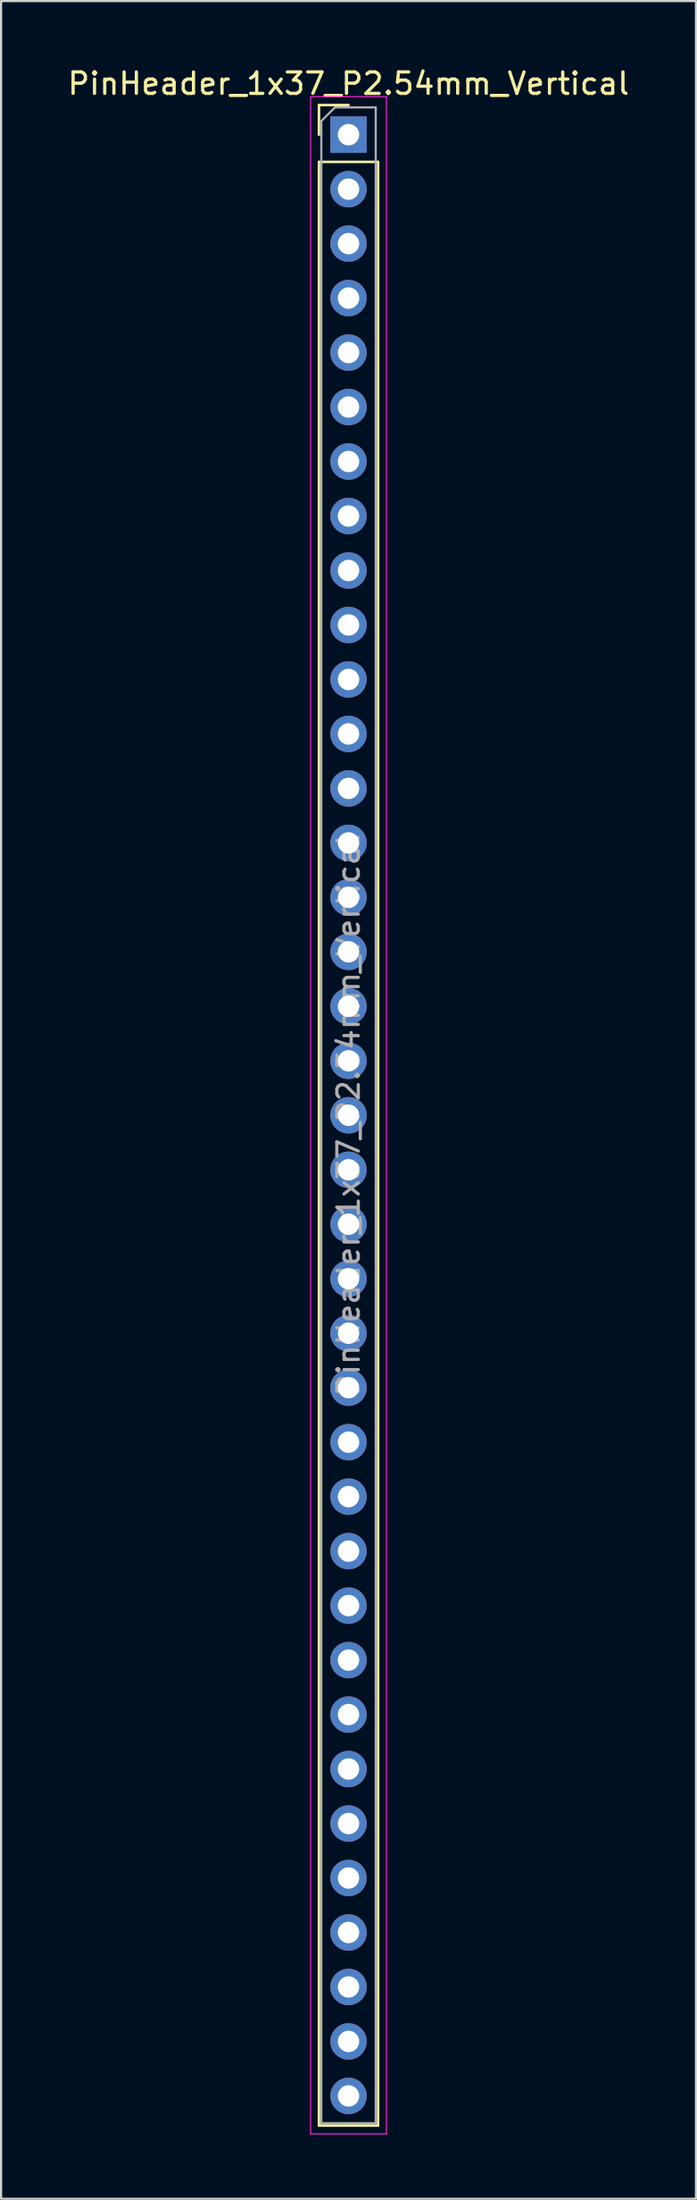
<source format=kicad_pcb>
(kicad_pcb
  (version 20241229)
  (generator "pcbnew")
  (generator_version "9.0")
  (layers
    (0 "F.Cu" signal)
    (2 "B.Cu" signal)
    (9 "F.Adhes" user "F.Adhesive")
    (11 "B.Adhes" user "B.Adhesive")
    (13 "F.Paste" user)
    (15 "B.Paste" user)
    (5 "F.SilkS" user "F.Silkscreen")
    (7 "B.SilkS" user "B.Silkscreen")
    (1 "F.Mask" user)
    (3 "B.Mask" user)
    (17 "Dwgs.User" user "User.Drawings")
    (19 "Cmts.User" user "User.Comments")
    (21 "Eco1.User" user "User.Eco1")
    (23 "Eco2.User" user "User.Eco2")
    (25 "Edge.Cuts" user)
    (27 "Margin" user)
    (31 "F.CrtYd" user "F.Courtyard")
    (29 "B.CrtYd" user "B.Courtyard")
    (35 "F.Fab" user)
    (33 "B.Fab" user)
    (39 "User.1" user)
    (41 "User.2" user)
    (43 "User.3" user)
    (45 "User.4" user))
  (footprint "PinHeader_1x37_P2.54mm_Vertical"
    (layer "F.Cu")
    (at 13.22 3.228)
    (property "Reference" "PinHeader_1x37_P2.54mm_Vertical" (at 0 -2.38 0) (layer "F.SilkS") (effects (font (size 1 1) (thickness 0.15))))
    (attr through_hole)
    (fp_line (start -1.38 -1.38) (end 0 -1.38) (stroke (width 0.12) (type solid)) (layer "F.SilkS"))
    (fp_line (start -1.38 0) (end -1.38 -1.38) (stroke (width 0.12) (type solid)) (layer "F.SilkS"))
    (fp_line (start -1.38 1.27) (end -1.38 92.82) (stroke (width 0.12) (type solid)) (layer "F.SilkS"))
    (fp_line (start -1.38 1.27) (end 1.38 1.27) (stroke (width 0.12) (type solid)) (layer "F.SilkS"))
    (fp_line (start -1.38 92.82) (end 1.38 92.82) (stroke (width 0.12) (type solid)) (layer "F.SilkS"))
    (fp_line (start 1.38 1.27) (end 1.38 92.82) (stroke (width 0.12) (type solid)) (layer "F.SilkS"))
    (fp_line (start -1.77 -1.77) (end -1.77 93.21) (stroke (width 0.05) (type solid)) (layer "F.CrtYd"))
    (fp_line (start -1.77 93.21) (end 1.77 93.21) (stroke (width 0.05) (type solid)) (layer "F.CrtYd"))
    (fp_line (start 1.77 -1.77) (end -1.77 -1.77) (stroke (width 0.05) (type solid)) (layer "F.CrtYd"))
    (fp_line (start 1.77 93.21) (end 1.77 -1.77) (stroke (width 0.05) (type solid)) (layer "F.CrtYd"))
    (fp_line (start -1.27 -0.635) (end -0.635 -1.27) (stroke (width 0.1) (type solid)) (layer "F.Fab"))
    (fp_line (start -1.27 92.71) (end -1.27 -0.635) (stroke (width 0.1) (type solid)) (layer "F.Fab"))
    (fp_line (start -0.635 -1.27) (end 1.27 -1.27) (stroke (width 0.1) (type solid)) (layer "F.Fab"))
    (fp_line (start 1.27 -1.27) (end 1.27 92.71) (stroke (width 0.1) (type solid)) (layer "F.Fab"))
    (fp_line (start 1.27 92.71) (end -1.27 92.71) (stroke (width 0.1) (type solid)) (layer "F.Fab"))
    (fp_text user "${REFERENCE}" (at 0 45.72 90) (layer "F.Fab") (effects (font (size 1 1) (thickness 0.15))))
    (pad "1" thru_hole rect (at 0 0) (size 1.7 1.7) (drill 1) (layers "*.Cu" "*.Mask"))
    (pad "2" thru_hole circle (at 0 2.54) (size 1.7 1.7) (drill 1) (layers "*.Cu" "*.Mask"))
    (pad "3" thru_hole circle (at 0 5.08) (size 1.7 1.7) (drill 1) (layers "*.Cu" "*.Mask"))
    (pad "4" thru_hole circle (at 0 7.62) (size 1.7 1.7) (drill 1) (layers "*.Cu" "*.Mask"))
    (pad "5" thru_hole circle (at 0 10.16) (size 1.7 1.7) (drill 1) (layers "*.Cu" "*.Mask"))
    (pad "6" thru_hole circle (at 0 12.7) (size 1.7 1.7) (drill 1) (layers "*.Cu" "*.Mask"))
    (pad "7" thru_hole circle (at 0 15.24) (size 1.7 1.7) (drill 1) (layers "*.Cu" "*.Mask"))
    (pad "8" thru_hole circle (at 0 17.78) (size 1.7 1.7) (drill 1) (layers "*.Cu" "*.Mask"))
    (pad "9" thru_hole circle (at 0 20.32) (size 1.7 1.7) (drill 1) (layers "*.Cu" "*.Mask"))
    (pad "10" thru_hole circle (at 0 22.86) (size 1.7 1.7) (drill 1) (layers "*.Cu" "*.Mask"))
    (pad "11" thru_hole circle (at 0 25.4) (size 1.7 1.7) (drill 1) (layers "*.Cu" "*.Mask"))
    (pad "12" thru_hole circle (at 0 27.94) (size 1.7 1.7) (drill 1) (layers "*.Cu" "*.Mask"))
    (pad "13" thru_hole circle (at 0 30.48) (size 1.7 1.7) (drill 1) (layers "*.Cu" "*.Mask"))
    (pad "14" thru_hole circle (at 0 33.02) (size 1.7 1.7) (drill 1) (layers "*.Cu" "*.Mask"))
    (pad "15" thru_hole circle (at 0 35.56) (size 1.7 1.7) (drill 1) (layers "*.Cu" "*.Mask"))
    (pad "16" thru_hole circle (at 0 38.1) (size 1.7 1.7) (drill 1) (layers "*.Cu" "*.Mask"))
    (pad "17" thru_hole circle (at 0 40.64) (size 1.7 1.7) (drill 1) (layers "*.Cu" "*.Mask"))
    (pad "18" thru_hole circle (at 0 43.18) (size 1.7 1.7) (drill 1) (layers "*.Cu" "*.Mask"))
    (pad "19" thru_hole circle (at 0 45.72) (size 1.7 1.7) (drill 1) (layers "*.Cu" "*.Mask"))
    (pad "20" thru_hole circle (at 0 48.26) (size 1.7 1.7) (drill 1) (layers "*.Cu" "*.Mask"))
    (pad "21" thru_hole circle (at 0 50.8) (size 1.7 1.7) (drill 1) (layers "*.Cu" "*.Mask"))
    (pad "22" thru_hole circle (at 0 53.34) (size 1.7 1.7) (drill 1) (layers "*.Cu" "*.Mask"))
    (pad "23" thru_hole circle (at 0 55.88) (size 1.7 1.7) (drill 1) (layers "*.Cu" "*.Mask"))
    (pad "24" thru_hole circle (at 0 58.42) (size 1.7 1.7) (drill 1) (layers "*.Cu" "*.Mask"))
    (pad "25" thru_hole circle (at 0 60.96) (size 1.7 1.7) (drill 1) (layers "*.Cu" "*.Mask"))
    (pad "26" thru_hole circle (at 0 63.5) (size 1.7 1.7) (drill 1) (layers "*.Cu" "*.Mask"))
    (pad "27" thru_hole circle (at 0 66.04) (size 1.7 1.7) (drill 1) (layers "*.Cu" "*.Mask"))
    (pad "28" thru_hole circle (at 0 68.58) (size 1.7 1.7) (drill 1) (layers "*.Cu" "*.Mask"))
    (pad "29" thru_hole circle (at 0 71.12) (size 1.7 1.7) (drill 1) (layers "*.Cu" "*.Mask"))
    (pad "30" thru_hole circle (at 0 73.66) (size 1.7 1.7) (drill 1) (layers "*.Cu" "*.Mask"))
    (pad "31" thru_hole circle (at 0 76.2) (size 1.7 1.7) (drill 1) (layers "*.Cu" "*.Mask"))
    (pad "32" thru_hole circle (at 0 78.74) (size 1.7 1.7) (drill 1) (layers "*.Cu" "*.Mask"))
    (pad "33" thru_hole circle (at 0 81.28) (size 1.7 1.7) (drill 1) (layers "*.Cu" "*.Mask"))
    (pad "34" thru_hole circle (at 0 83.82) (size 1.7 1.7) (drill 1) (layers "*.Cu" "*.Mask"))
    (pad "35" thru_hole circle (at 0 86.36) (size 1.7 1.7) (drill 1) (layers "*.Cu" "*.Mask"))
    (pad "36" thru_hole circle (at 0 88.9) (size 1.7 1.7) (drill 1) (layers "*.Cu" "*.Mask"))
    (pad "37" thru_hole circle (at 0 91.44) (size 1.7 1.7) (drill 1) (layers "*.Cu" "*.Mask")))
  (gr_rect
    (start -3 -3)
    (end 29.44 99.463)
    (stroke (width 0.1) (type default))
    (fill no)
    (layer "Edge.Cuts")))
</source>
